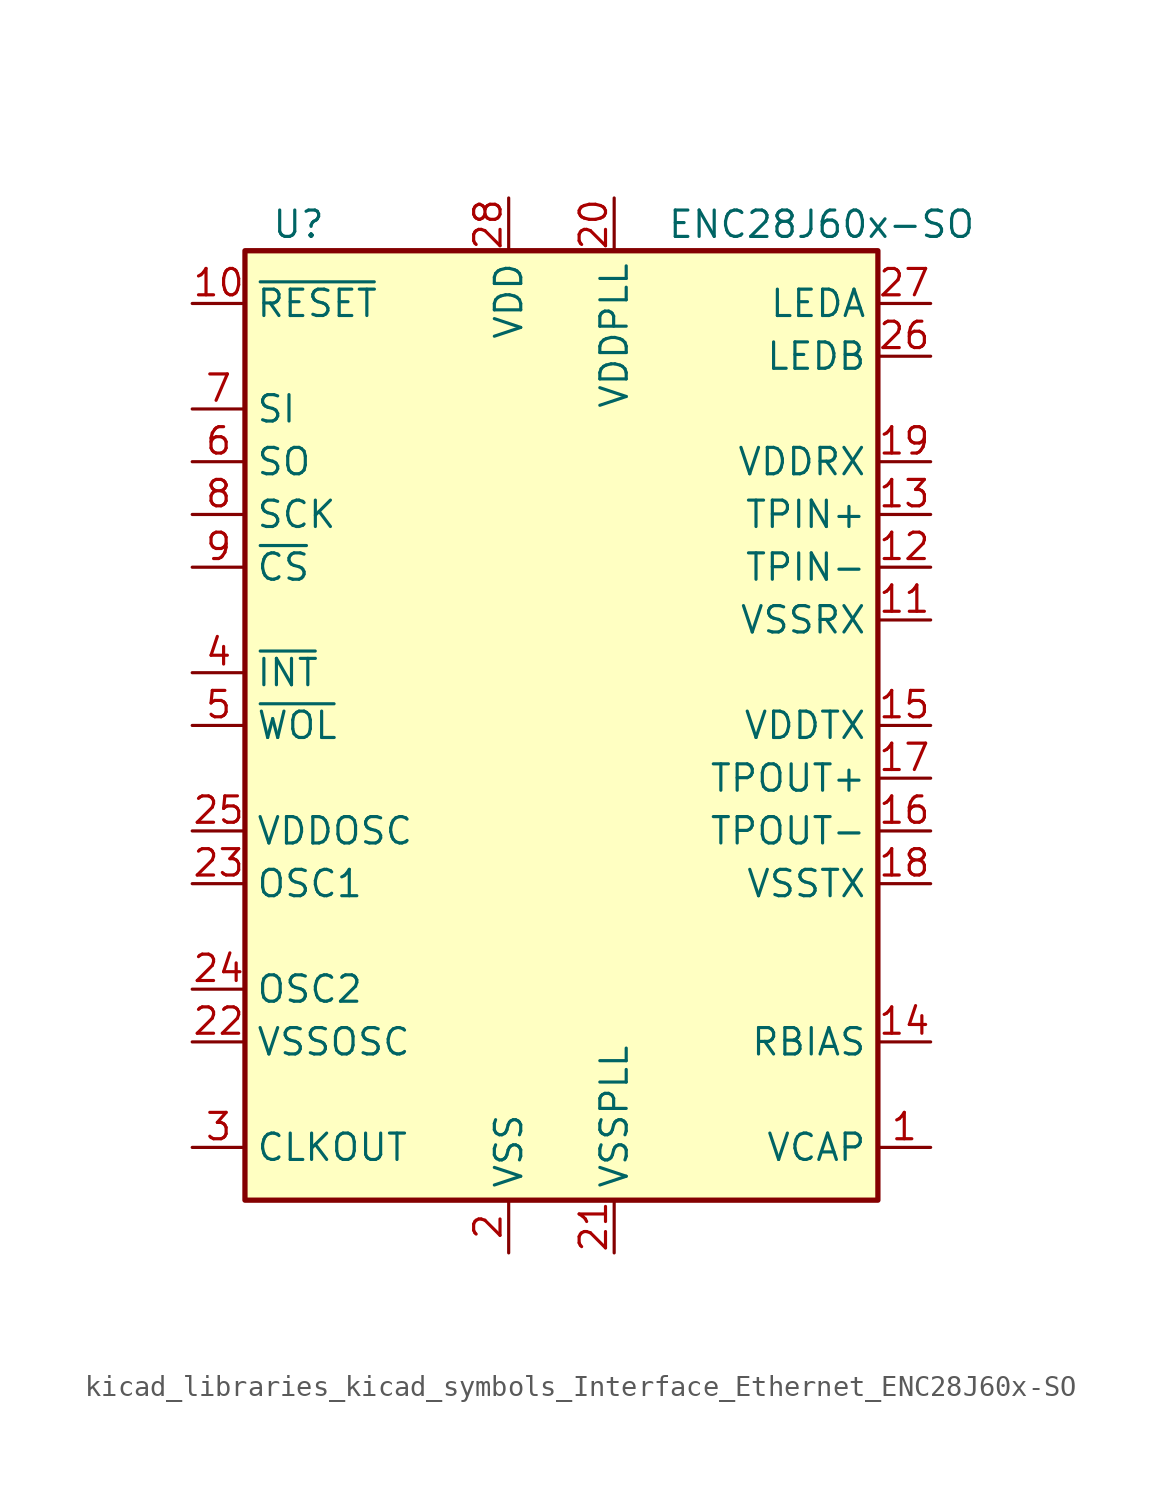
<source format=kicad_sym>
(kicad_symbol_lib
  (version 20220914)
  (generator kicad_symbol_editor)
  (symbol "kicad_libraries_kicad_symbols_Interface_Ethernet_ENC28J60x-SO"
    (property "Reference" "U"
      (at -13.97 24.13 0)
      (effects (font (size 1.27 1.27)) (justify left)))
    (property "Value" "ENC28J60x-SO"
      (at 5.08 24.13 0)
      (effects (font (size 1.27 1.27)) (justify left)))
    (symbol "kicad_libraries_kicad_symbols_Interface_Ethernet_ENC28J60x-SO_0_1"
      (rectangle (start -15.24 22.86) (end 15.24 -22.86) (stroke (width 0.254) (type default)) (fill (type background))))
    (symbol "kicad_libraries_kicad_symbols_Interface_Ethernet_ENC28J60x-SO_1_1"
      (pin input line (at 17.78 -20.32 180) (length 2.54) (name "VCAP" (effects (font (size 1.27 1.27)))) (number "1" (effects (font (size 1.27 1.27)))))
      (pin input line (at -17.78 20.32 0) (length 2.54) (name "~{RESET}" (effects (font (size 1.27 1.27)))) (number "10" (effects (font (size 1.27 1.27)))))
      (pin power_in line (at 17.78 5.08 180) (length 2.54) (name "VSSRX" (effects (font (size 1.27 1.27)))) (number "11" (effects (font (size 1.27 1.27)))))
      (pin input line (at 17.78 7.62 180) (length 2.54) (name "TPIN-" (effects (font (size 1.27 1.27)))) (number "12" (effects (font (size 1.27 1.27)))))
      (pin input line (at 17.78 10.16 180) (length 2.54) (name "TPIN+" (effects (font (size 1.27 1.27)))) (number "13" (effects (font (size 1.27 1.27)))))
      (pin input line (at 17.78 -15.24 180) (length 2.54) (name "RBIAS" (effects (font (size 1.27 1.27)))) (number "14" (effects (font (size 1.27 1.27)))))
      (pin power_in line (at 17.78 0 180) (length 2.54) (name "VDDTX" (effects (font (size 1.27 1.27)))) (number "15" (effects (font (size 1.27 1.27)))))
      (pin output line (at 17.78 -5.08 180) (length 2.54) (name "TPOUT-" (effects (font (size 1.27 1.27)))) (number "16" (effects (font (size 1.27 1.27)))))
      (pin output line (at 17.78 -2.54 180) (length 2.54) (name "TPOUT+" (effects (font (size 1.27 1.27)))) (number "17" (effects (font (size 1.27 1.27)))))
      (pin power_in line (at 17.78 -7.62 180) (length 2.54) (name "VSSTX" (effects (font (size 1.27 1.27)))) (number "18" (effects (font (size 1.27 1.27)))))
      (pin power_in line (at 17.78 12.7 180) (length 2.54) (name "VDDRX" (effects (font (size 1.27 1.27)))) (number "19" (effects (font (size 1.27 1.27)))))
      (pin power_in line (at -2.54 -25.4 90) (length 2.54) (name "VSS" (effects (font (size 1.27 1.27)))) (number "2" (effects (font (size 1.27 1.27)))))
      (pin power_in line (at 2.54 25.4 270) (length 2.54) (name "VDDPLL" (effects (font (size 1.27 1.27)))) (number "20" (effects (font (size 1.27 1.27)))))
      (pin power_in line (at 2.54 -25.4 90) (length 2.54) (name "VSSPLL" (effects (font (size 1.27 1.27)))) (number "21" (effects (font (size 1.27 1.27)))))
      (pin power_in line (at -17.78 -15.24 0) (length 2.54) (name "VSSOSC" (effects (font (size 1.27 1.27)))) (number "22" (effects (font (size 1.27 1.27)))))
      (pin input line (at -17.78 -7.62 0) (length 2.54) (name "OSC1" (effects (font (size 1.27 1.27)))) (number "23" (effects (font (size 1.27 1.27)))))
      (pin input line (at -17.78 -12.7 0) (length 2.54) (name "OSC2" (effects (font (size 1.27 1.27)))) (number "24" (effects (font (size 1.27 1.27)))))
      (pin power_in line (at -17.78 -5.08 0) (length 2.54) (name "VDDOSC" (effects (font (size 1.27 1.27)))) (number "25" (effects (font (size 1.27 1.27)))))
      (pin output line (at 17.78 17.78 180) (length 2.54) (name "LEDB" (effects (font (size 1.27 1.27)))) (number "26" (effects (font (size 1.27 1.27)))))
      (pin output line (at 17.78 20.32 180) (length 2.54) (name "LEDA" (effects (font (size 1.27 1.27)))) (number "27" (effects (font (size 1.27 1.27)))))
      (pin power_in line (at -2.54 25.4 270) (length 2.54) (name "VDD" (effects (font (size 1.27 1.27)))) (number "28" (effects (font (size 1.27 1.27)))))
      (pin output line (at -17.78 -20.32 0) (length 2.54) (name "CLKOUT" (effects (font (size 1.27 1.27)))) (number "3" (effects (font (size 1.27 1.27)))))
      (pin output line (at -17.78 2.54 0) (length 2.54) (name "~{INT}" (effects (font (size 1.27 1.27)))) (number "4" (effects (font (size 1.27 1.27)))))
      (pin output line (at -17.78 0 0) (length 2.54) (name "~{WOL}" (effects (font (size 1.27 1.27)))) (number "5" (effects (font (size 1.27 1.27)))))
      (pin output line (at -17.78 12.7 0) (length 2.54) (name "SO" (effects (font (size 1.27 1.27)))) (number "6" (effects (font (size 1.27 1.27)))))
      (pin input line (at -17.78 15.24 0) (length 2.54) (name "SI" (effects (font (size 1.27 1.27)))) (number "7" (effects (font (size 1.27 1.27)))))
      (pin input line (at -17.78 10.16 0) (length 2.54) (name "SCK" (effects (font (size 1.27 1.27)))) (number "8" (effects (font (size 1.27 1.27)))))
      (pin input line (at -17.78 7.62 0) (length 2.54) (name "~{CS}" (effects (font (size 1.27 1.27)))) (number "9" (effects (font (size 1.27 1.27))))))))
</source>
